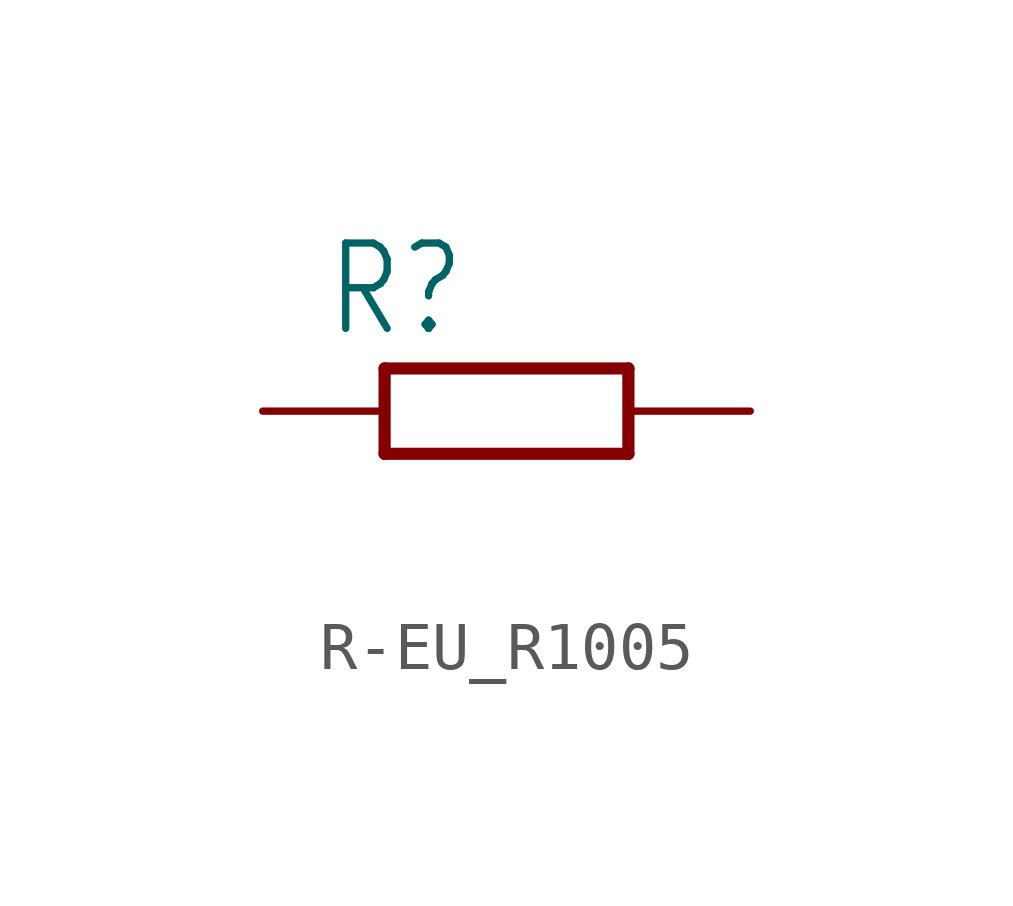
<source format=kicad_sym>
(kicad_symbol_lib
  (version 20231120)
  (generator "kicad_symbol_editor")
  (generator_version "8.0")
  (symbol "R-EU_R1005"
    (property "Reference" "R"
      (at -3.81 1.499 0)
      (effects (font (size 1.778 1.511)) (justify left bottom)))
    (property "Value" ""
      (at -3.81 -3.302 0)
      (effects (font (size 1.778 1.511)) (justify left bottom)))
    (property "ki_locked" ""
      (at 0 0 0)
      (effects (font (size 1.27 1.27))))
    (symbol "R-EU_R1005_1_0"
      (polyline (pts (xy -2.54 -0.889) (xy -2.54 0.889)) (stroke (width 0.254) (type solid)) (fill (type none)))
      (polyline (pts (xy -2.54 -0.889) (xy 2.54 -0.889)) (stroke (width 0.254) (type solid)) (fill (type none)))
      (polyline (pts (xy 2.54 -0.889) (xy 2.54 0.889)) (stroke (width 0.254) (type solid)) (fill (type none)))
      (polyline (pts (xy 2.54 0.889) (xy -2.54 0.889)) (stroke (width 0.254) (type solid)) (fill (type none)))
      (pin passive line (at -5.08 0 0) (length 2.54) (name "1" (effects (font (size 0 0)))) (number "1" (effects (font (size 0 0)))))
      (pin passive line (at 5.08 0 180) (length 2.54) (name "2" (effects (font (size 0 0)))) (number "2" (effects (font (size 0 0))))))))
</source>
